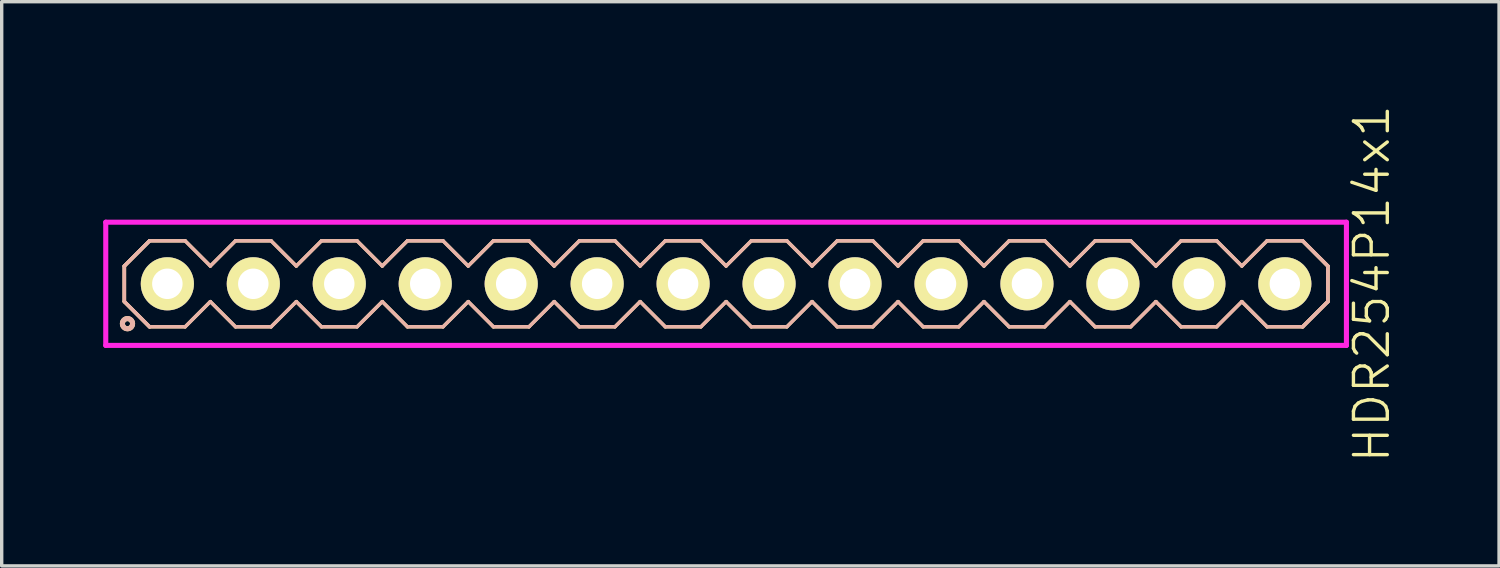
<source format=kicad_pcb>
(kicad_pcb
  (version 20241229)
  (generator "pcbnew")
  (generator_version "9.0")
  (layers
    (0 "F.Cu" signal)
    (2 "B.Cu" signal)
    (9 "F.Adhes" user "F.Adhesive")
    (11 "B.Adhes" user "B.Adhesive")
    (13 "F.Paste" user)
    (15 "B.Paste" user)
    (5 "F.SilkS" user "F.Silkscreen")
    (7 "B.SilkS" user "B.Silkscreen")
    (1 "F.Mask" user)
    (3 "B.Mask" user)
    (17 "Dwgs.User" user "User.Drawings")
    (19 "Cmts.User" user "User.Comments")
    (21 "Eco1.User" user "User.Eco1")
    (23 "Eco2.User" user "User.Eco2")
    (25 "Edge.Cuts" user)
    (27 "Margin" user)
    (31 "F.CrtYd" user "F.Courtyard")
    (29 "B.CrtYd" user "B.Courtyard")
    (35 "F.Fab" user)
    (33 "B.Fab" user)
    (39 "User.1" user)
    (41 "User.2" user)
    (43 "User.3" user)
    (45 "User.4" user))
  (footprint "HDR254P14x1"
    (layer "F.Cu")
    (at 18.405 5.336)
    (property "Reference" "HDR254P14x1" (at 19.08 0 90) (layer "F.SilkS") (effects (font (size 1 1) (thickness 0.1))))
    (attr through_hole)
    (fp_line (start -17.78 -0.526) (end -17.036 -1.27) (stroke (width 0.1) (type solid)) (layer "F.SilkS"))
    (fp_line (start -17.78 -0.526) (end -17.036 -1.27) (stroke (width 0.1) (type solid)) (layer "F.SilkS"))
    (fp_line (start -17.78 0.526) (end -17.78 -0.526) (stroke (width 0.1) (type solid)) (layer "F.SilkS"))
    (fp_line (start -17.78 0.526) (end -17.78 -0.526) (stroke (width 0.1) (type solid)) (layer "F.SilkS"))
    (fp_line (start -17.036 -1.27) (end -15.984 -1.27) (stroke (width 0.1) (type solid)) (layer "F.SilkS"))
    (fp_line (start -17.036 1.27) (end -17.78 0.526) (stroke (width 0.1) (type solid)) (layer "F.SilkS"))
    (fp_line (start -17.036 1.27) (end -17.78 0.526) (stroke (width 0.1) (type solid)) (layer "F.SilkS"))
    (fp_line (start -15.984 -1.27) (end -15.24 -0.526) (stroke (width 0.1) (type solid)) (layer "F.SilkS"))
    (fp_line (start -15.984 1.27) (end -17.036 1.27) (stroke (width 0.1) (type solid)) (layer "F.SilkS"))
    (fp_line (start -15.24 -0.526) (end -14.496 -1.27) (stroke (width 0.1) (type solid)) (layer "F.SilkS"))
    (fp_line (start -15.24 0.526) (end -15.984 1.27) (stroke (width 0.1) (type solid)) (layer "F.SilkS"))
    (fp_line (start -14.496 -1.27) (end -13.444 -1.27) (stroke (width 0.1) (type solid)) (layer "F.SilkS"))
    (fp_line (start -14.496 1.27) (end -15.24 0.526) (stroke (width 0.1) (type solid)) (layer "F.SilkS"))
    (fp_line (start -13.444 -1.27) (end -12.7 -0.526) (stroke (width 0.1) (type solid)) (layer "F.SilkS"))
    (fp_line (start -13.444 1.27) (end -14.496 1.27) (stroke (width 0.1) (type solid)) (layer "F.SilkS"))
    (fp_line (start -12.7 -0.526) (end -11.956 -1.27) (stroke (width 0.1) (type solid)) (layer "F.SilkS"))
    (fp_line (start -12.7 0.526) (end -13.444 1.27) (stroke (width 0.1) (type solid)) (layer "F.SilkS"))
    (fp_line (start -11.956 -1.27) (end -10.904 -1.27) (stroke (width 0.1) (type solid)) (layer "F.SilkS"))
    (fp_line (start -11.956 1.27) (end -12.7 0.526) (stroke (width 0.1) (type solid)) (layer "F.SilkS"))
    (fp_line (start -10.904 -1.27) (end -10.16 -0.526) (stroke (width 0.1) (type solid)) (layer "F.SilkS"))
    (fp_line (start -10.904 1.27) (end -11.956 1.27) (stroke (width 0.1) (type solid)) (layer "F.SilkS"))
    (fp_line (start -10.16 -0.526) (end -9.416 -1.27) (stroke (width 0.1) (type solid)) (layer "F.SilkS"))
    (fp_line (start -10.16 0.526) (end -10.904 1.27) (stroke (width 0.1) (type solid)) (layer "F.SilkS"))
    (fp_line (start -9.416 -1.27) (end -8.364 -1.27) (stroke (width 0.1) (type solid)) (layer "F.SilkS"))
    (fp_line (start -9.416 1.27) (end -10.16 0.526) (stroke (width 0.1) (type solid)) (layer "F.SilkS"))
    (fp_line (start -8.364 -1.27) (end -7.62 -0.526) (stroke (width 0.1) (type solid)) (layer "F.SilkS"))
    (fp_line (start -8.364 1.27) (end -9.416 1.27) (stroke (width 0.1) (type solid)) (layer "F.SilkS"))
    (fp_line (start -7.62 -0.526) (end -6.876 -1.27) (stroke (width 0.1) (type solid)) (layer "F.SilkS"))
    (fp_line (start -7.62 0.526) (end -8.364 1.27) (stroke (width 0.1) (type solid)) (layer "F.SilkS"))
    (fp_line (start -6.876 -1.27) (end -5.824 -1.27) (stroke (width 0.1) (type solid)) (layer "F.SilkS"))
    (fp_line (start -6.876 1.27) (end -7.62 0.526) (stroke (width 0.1) (type solid)) (layer "F.SilkS"))
    (fp_line (start -5.824 -1.27) (end -5.08 -0.526) (stroke (width 0.1) (type solid)) (layer "F.SilkS"))
    (fp_line (start -5.824 1.27) (end -6.876 1.27) (stroke (width 0.1) (type solid)) (layer "F.SilkS"))
    (fp_line (start -5.08 -0.526) (end -4.336 -1.27) (stroke (width 0.1) (type solid)) (layer "F.SilkS"))
    (fp_line (start -5.08 0.526) (end -5.824 1.27) (stroke (width 0.1) (type solid)) (layer "F.SilkS"))
    (fp_line (start -4.336 -1.27) (end -3.284 -1.27) (stroke (width 0.1) (type solid)) (layer "F.SilkS"))
    (fp_line (start -4.336 1.27) (end -5.08 0.526) (stroke (width 0.1) (type solid)) (layer "F.SilkS"))
    (fp_line (start -3.284 -1.27) (end -2.54 -0.526) (stroke (width 0.1) (type solid)) (layer "F.SilkS"))
    (fp_line (start -3.284 1.27) (end -4.336 1.27) (stroke (width 0.1) (type solid)) (layer "F.SilkS"))
    (fp_line (start -2.54 -0.526) (end -1.796 -1.27) (stroke (width 0.1) (type solid)) (layer "F.SilkS"))
    (fp_line (start -2.54 0.526) (end -3.284 1.27) (stroke (width 0.1) (type solid)) (layer "F.SilkS"))
    (fp_line (start -1.796 -1.27) (end -0.744 -1.27) (stroke (width 0.1) (type solid)) (layer "F.SilkS"))
    (fp_line (start -1.796 1.27) (end -2.54 0.526) (stroke (width 0.1) (type solid)) (layer "F.SilkS"))
    (fp_line (start -0.744 -1.27) (end 0 -0.526) (stroke (width 0.1) (type solid)) (layer "F.SilkS"))
    (fp_line (start -0.744 1.27) (end -1.796 1.27) (stroke (width 0.1) (type solid)) (layer "F.SilkS"))
    (fp_line (start 0 -0.526) (end 0.744 -1.27) (stroke (width 0.1) (type solid)) (layer "F.SilkS"))
    (fp_line (start 0 0.526) (end -0.744 1.27) (stroke (width 0.1) (type solid)) (layer "F.SilkS"))
    (fp_line (start 0.744 -1.27) (end 1.796 -1.27) (stroke (width 0.1) (type solid)) (layer "F.SilkS"))
    (fp_line (start 0.744 1.27) (end 0 0.526) (stroke (width 0.1) (type solid)) (layer "F.SilkS"))
    (fp_line (start 1.796 -1.27) (end 2.54 -0.526) (stroke (width 0.1) (type solid)) (layer "F.SilkS"))
    (fp_line (start 1.796 1.27) (end 0.744 1.27) (stroke (width 0.1) (type solid)) (layer "F.SilkS"))
    (fp_line (start 2.54 -0.526) (end 3.284 -1.27) (stroke (width 0.1) (type solid)) (layer "F.SilkS"))
    (fp_line (start 2.54 0.526) (end 1.796 1.27) (stroke (width 0.1) (type solid)) (layer "F.SilkS"))
    (fp_line (start 3.284 -1.27) (end 4.336 -1.27) (stroke (width 0.1) (type solid)) (layer "F.SilkS"))
    (fp_line (start 3.284 1.27) (end 2.54 0.526) (stroke (width 0.1) (type solid)) (layer "F.SilkS"))
    (fp_line (start 4.336 -1.27) (end 5.08 -0.526) (stroke (width 0.1) (type solid)) (layer "F.SilkS"))
    (fp_line (start 4.336 1.27) (end 3.284 1.27) (stroke (width 0.1) (type solid)) (layer "F.SilkS"))
    (fp_line (start 5.08 -0.526) (end 5.824 -1.27) (stroke (width 0.1) (type solid)) (layer "F.SilkS"))
    (fp_line (start 5.08 0.526) (end 4.336 1.27) (stroke (width 0.1) (type solid)) (layer "F.SilkS"))
    (fp_line (start 5.824 -1.27) (end 6.876 -1.27) (stroke (width 0.1) (type solid)) (layer "F.SilkS"))
    (fp_line (start 5.824 1.27) (end 5.08 0.526) (stroke (width 0.1) (type solid)) (layer "F.SilkS"))
    (fp_line (start 6.876 -1.27) (end 7.62 -0.526) (stroke (width 0.1) (type solid)) (layer "F.SilkS"))
    (fp_line (start 6.876 1.27) (end 5.824 1.27) (stroke (width 0.1) (type solid)) (layer "F.SilkS"))
    (fp_line (start 7.62 -0.526) (end 8.364 -1.27) (stroke (width 0.1) (type solid)) (layer "F.SilkS"))
    (fp_line (start 7.62 0.526) (end 6.876 1.27) (stroke (width 0.1) (type solid)) (layer "F.SilkS"))
    (fp_line (start 8.364 -1.27) (end 9.416 -1.27) (stroke (width 0.1) (type solid)) (layer "F.SilkS"))
    (fp_line (start 8.364 1.27) (end 7.62 0.526) (stroke (width 0.1) (type solid)) (layer "F.SilkS"))
    (fp_line (start 9.416 -1.27) (end 10.16 -0.526) (stroke (width 0.1) (type solid)) (layer "F.SilkS"))
    (fp_line (start 9.416 1.27) (end 8.364 1.27) (stroke (width 0.1) (type solid)) (layer "F.SilkS"))
    (fp_line (start 10.16 -0.526) (end 10.904 -1.27) (stroke (width 0.1) (type solid)) (layer "F.SilkS"))
    (fp_line (start 10.16 0.526) (end 9.416 1.27) (stroke (width 0.1) (type solid)) (layer "F.SilkS"))
    (fp_line (start 10.904 -1.27) (end 11.956 -1.27) (stroke (width 0.1) (type solid)) (layer "F.SilkS"))
    (fp_line (start 10.904 1.27) (end 10.16 0.526) (stroke (width 0.1) (type solid)) (layer "F.SilkS"))
    (fp_line (start 11.956 -1.27) (end 12.7 -0.526) (stroke (width 0.1) (type solid)) (layer "F.SilkS"))
    (fp_line (start 11.956 1.27) (end 10.904 1.27) (stroke (width 0.1) (type solid)) (layer "F.SilkS"))
    (fp_line (start 12.7 -0.526) (end 13.444 -1.27) (stroke (width 0.1) (type solid)) (layer "F.SilkS"))
    (fp_line (start 12.7 0.526) (end 11.956 1.27) (stroke (width 0.1) (type solid)) (layer "F.SilkS"))
    (fp_line (start 13.444 -1.27) (end 14.496 -1.27) (stroke (width 0.1) (type solid)) (layer "F.SilkS"))
    (fp_line (start 13.444 1.27) (end 12.7 0.526) (stroke (width 0.1) (type solid)) (layer "F.SilkS"))
    (fp_line (start 14.496 -1.27) (end 15.24 -0.526) (stroke (width 0.1) (type solid)) (layer "F.SilkS"))
    (fp_line (start 14.496 1.27) (end 13.444 1.27) (stroke (width 0.1) (type solid)) (layer "F.SilkS"))
    (fp_line (start 15.24 -0.526) (end 15.984 -1.27) (stroke (width 0.1) (type solid)) (layer "F.SilkS"))
    (fp_line (start 15.24 0.526) (end 14.496 1.27) (stroke (width 0.1) (type solid)) (layer "F.SilkS"))
    (fp_line (start 15.984 -1.27) (end 17.036 -1.27) (stroke (width 0.1) (type solid)) (layer "F.SilkS"))
    (fp_line (start 15.984 1.27) (end 15.24 0.526) (stroke (width 0.1) (type solid)) (layer "F.SilkS"))
    (fp_line (start 17.036 -1.27) (end 17.78 -0.526) (stroke (width 0.1) (type solid)) (layer "F.SilkS"))
    (fp_line (start 17.036 -1.27) (end 17.78 -0.526) (stroke (width 0.1) (type solid)) (layer "F.SilkS"))
    (fp_line (start 17.036 1.27) (end 15.984 1.27) (stroke (width 0.1) (type solid)) (layer "F.SilkS"))
    (fp_line (start 17.78 -0.526) (end 17.78 0.526) (stroke (width 0.1) (type solid)) (layer "F.SilkS"))
    (fp_line (start 17.78 -0.526) (end 17.78 0.526) (stroke (width 0.1) (type solid)) (layer "F.SilkS"))
    (fp_line (start 17.78 0.526) (end 17.036 1.27) (stroke (width 0.1) (type solid)) (layer "F.SilkS"))
    (fp_line (start 17.78 0.526) (end 17.036 1.27) (stroke (width 0.1) (type solid)) (layer "F.SilkS"))
    (fp_circle (center -17.688 1.178) (end -17.538 1.178) (stroke (width 0.15) (type solid)) (fill no) (layer "F.SilkS"))
    (fp_line (start -17.78 -0.526) (end -17.036 -1.27) (stroke (width 0.1) (type solid)) (layer "B.SilkS"))
    (fp_line (start -17.78 -0.526) (end -17.036 -1.27) (stroke (width 0.1) (type solid)) (layer "B.SilkS"))
    (fp_line (start -17.78 0.526) (end -17.78 -0.526) (stroke (width 0.1) (type solid)) (layer "B.SilkS"))
    (fp_line (start -17.78 0.526) (end -17.78 -0.526) (stroke (width 0.1) (type solid)) (layer "B.SilkS"))
    (fp_line (start -17.036 -1.27) (end -15.984 -1.27) (stroke (width 0.1) (type solid)) (layer "B.SilkS"))
    (fp_line (start -17.036 1.27) (end -17.78 0.526) (stroke (width 0.1) (type solid)) (layer "B.SilkS"))
    (fp_line (start -17.036 1.27) (end -17.78 0.526) (stroke (width 0.1) (type solid)) (layer "B.SilkS"))
    (fp_line (start -15.984 -1.27) (end -15.24 -0.526) (stroke (width 0.1) (type solid)) (layer "B.SilkS"))
    (fp_line (start -15.984 1.27) (end -17.036 1.27) (stroke (width 0.1) (type solid)) (layer "B.SilkS"))
    (fp_line (start -15.24 -0.526) (end -14.496 -1.27) (stroke (width 0.1) (type solid)) (layer "B.SilkS"))
    (fp_line (start -15.24 0.526) (end -15.984 1.27) (stroke (width 0.1) (type solid)) (layer "B.SilkS"))
    (fp_line (start -14.496 -1.27) (end -13.444 -1.27) (stroke (width 0.1) (type solid)) (layer "B.SilkS"))
    (fp_line (start -14.496 1.27) (end -15.24 0.526) (stroke (width 0.1) (type solid)) (layer "B.SilkS"))
    (fp_line (start -13.444 -1.27) (end -12.7 -0.526) (stroke (width 0.1) (type solid)) (layer "B.SilkS"))
    (fp_line (start -13.444 1.27) (end -14.496 1.27) (stroke (width 0.1) (type solid)) (layer "B.SilkS"))
    (fp_line (start -12.7 -0.526) (end -11.956 -1.27) (stroke (width 0.1) (type solid)) (layer "B.SilkS"))
    (fp_line (start -12.7 0.526) (end -13.444 1.27) (stroke (width 0.1) (type solid)) (layer "B.SilkS"))
    (fp_line (start -11.956 -1.27) (end -10.904 -1.27) (stroke (width 0.1) (type solid)) (layer "B.SilkS"))
    (fp_line (start -11.956 1.27) (end -12.7 0.526) (stroke (width 0.1) (type solid)) (layer "B.SilkS"))
    (fp_line (start -10.904 -1.27) (end -10.16 -0.526) (stroke (width 0.1) (type solid)) (layer "B.SilkS"))
    (fp_line (start -10.904 1.27) (end -11.956 1.27) (stroke (width 0.1) (type solid)) (layer "B.SilkS"))
    (fp_line (start -10.16 -0.526) (end -9.416 -1.27) (stroke (width 0.1) (type solid)) (layer "B.SilkS"))
    (fp_line (start -10.16 0.526) (end -10.904 1.27) (stroke (width 0.1) (type solid)) (layer "B.SilkS"))
    (fp_line (start -9.416 -1.27) (end -8.364 -1.27) (stroke (width 0.1) (type solid)) (layer "B.SilkS"))
    (fp_line (start -9.416 1.27) (end -10.16 0.526) (stroke (width 0.1) (type solid)) (layer "B.SilkS"))
    (fp_line (start -8.364 -1.27) (end -7.62 -0.526) (stroke (width 0.1) (type solid)) (layer "B.SilkS"))
    (fp_line (start -8.364 1.27) (end -9.416 1.27) (stroke (width 0.1) (type solid)) (layer "B.SilkS"))
    (fp_line (start -7.62 -0.526) (end -6.876 -1.27) (stroke (width 0.1) (type solid)) (layer "B.SilkS"))
    (fp_line (start -7.62 0.526) (end -8.364 1.27) (stroke (width 0.1) (type solid)) (layer "B.SilkS"))
    (fp_line (start -6.876 -1.27) (end -5.824 -1.27) (stroke (width 0.1) (type solid)) (layer "B.SilkS"))
    (fp_line (start -6.876 1.27) (end -7.62 0.526) (stroke (width 0.1) (type solid)) (layer "B.SilkS"))
    (fp_line (start -5.824 -1.27) (end -5.08 -0.526) (stroke (width 0.1) (type solid)) (layer "B.SilkS"))
    (fp_line (start -5.824 1.27) (end -6.876 1.27) (stroke (width 0.1) (type solid)) (layer "B.SilkS"))
    (fp_line (start -5.08 -0.526) (end -4.336 -1.27) (stroke (width 0.1) (type solid)) (layer "B.SilkS"))
    (fp_line (start -5.08 0.526) (end -5.824 1.27) (stroke (width 0.1) (type solid)) (layer "B.SilkS"))
    (fp_line (start -4.336 -1.27) (end -3.284 -1.27) (stroke (width 0.1) (type solid)) (layer "B.SilkS"))
    (fp_line (start -4.336 1.27) (end -5.08 0.526) (stroke (width 0.1) (type solid)) (layer "B.SilkS"))
    (fp_line (start -3.284 -1.27) (end -2.54 -0.526) (stroke (width 0.1) (type solid)) (layer "B.SilkS"))
    (fp_line (start -3.284 1.27) (end -4.336 1.27) (stroke (width 0.1) (type solid)) (layer "B.SilkS"))
    (fp_line (start -2.54 -0.526) (end -1.796 -1.27) (stroke (width 0.1) (type solid)) (layer "B.SilkS"))
    (fp_line (start -2.54 0.526) (end -3.284 1.27) (stroke (width 0.1) (type solid)) (layer "B.SilkS"))
    (fp_line (start -1.796 -1.27) (end -0.744 -1.27) (stroke (width 0.1) (type solid)) (layer "B.SilkS"))
    (fp_line (start -1.796 1.27) (end -2.54 0.526) (stroke (width 0.1) (type solid)) (layer "B.SilkS"))
    (fp_line (start -0.744 -1.27) (end 0 -0.526) (stroke (width 0.1) (type solid)) (layer "B.SilkS"))
    (fp_line (start -0.744 1.27) (end -1.796 1.27) (stroke (width 0.1) (type solid)) (layer "B.SilkS"))
    (fp_line (start 0 -0.526) (end 0.744 -1.27) (stroke (width 0.1) (type solid)) (layer "B.SilkS"))
    (fp_line (start 0 0.526) (end -0.744 1.27) (stroke (width 0.1) (type solid)) (layer "B.SilkS"))
    (fp_line (start 0.744 -1.27) (end 1.796 -1.27) (stroke (width 0.1) (type solid)) (layer "B.SilkS"))
    (fp_line (start 0.744 1.27) (end 0 0.526) (stroke (width 0.1) (type solid)) (layer "B.SilkS"))
    (fp_line (start 1.796 -1.27) (end 2.54 -0.526) (stroke (width 0.1) (type solid)) (layer "B.SilkS"))
    (fp_line (start 1.796 1.27) (end 0.744 1.27) (stroke (width 0.1) (type solid)) (layer "B.SilkS"))
    (fp_line (start 2.54 -0.526) (end 3.284 -1.27) (stroke (width 0.1) (type solid)) (layer "B.SilkS"))
    (fp_line (start 2.54 0.526) (end 1.796 1.27) (stroke (width 0.1) (type solid)) (layer "B.SilkS"))
    (fp_line (start 3.284 -1.27) (end 4.336 -1.27) (stroke (width 0.1) (type solid)) (layer "B.SilkS"))
    (fp_line (start 3.284 1.27) (end 2.54 0.526) (stroke (width 0.1) (type solid)) (layer "B.SilkS"))
    (fp_line (start 4.336 -1.27) (end 5.08 -0.526) (stroke (width 0.1) (type solid)) (layer "B.SilkS"))
    (fp_line (start 4.336 1.27) (end 3.284 1.27) (stroke (width 0.1) (type solid)) (layer "B.SilkS"))
    (fp_line (start 5.08 -0.526) (end 5.824 -1.27) (stroke (width 0.1) (type solid)) (layer "B.SilkS"))
    (fp_line (start 5.08 0.526) (end 4.336 1.27) (stroke (width 0.1) (type solid)) (layer "B.SilkS"))
    (fp_line (start 5.824 -1.27) (end 6.876 -1.27) (stroke (width 0.1) (type solid)) (layer "B.SilkS"))
    (fp_line (start 5.824 1.27) (end 5.08 0.526) (stroke (width 0.1) (type solid)) (layer "B.SilkS"))
    (fp_line (start 6.876 -1.27) (end 7.62 -0.526) (stroke (width 0.1) (type solid)) (layer "B.SilkS"))
    (fp_line (start 6.876 1.27) (end 5.824 1.27) (stroke (width 0.1) (type solid)) (layer "B.SilkS"))
    (fp_line (start 7.62 -0.526) (end 8.364 -1.27) (stroke (width 0.1) (type solid)) (layer "B.SilkS"))
    (fp_line (start 7.62 0.526) (end 6.876 1.27) (stroke (width 0.1) (type solid)) (layer "B.SilkS"))
    (fp_line (start 8.364 -1.27) (end 9.416 -1.27) (stroke (width 0.1) (type solid)) (layer "B.SilkS"))
    (fp_line (start 8.364 1.27) (end 7.62 0.526) (stroke (width 0.1) (type solid)) (layer "B.SilkS"))
    (fp_line (start 9.416 -1.27) (end 10.16 -0.526) (stroke (width 0.1) (type solid)) (layer "B.SilkS"))
    (fp_line (start 9.416 1.27) (end 8.364 1.27) (stroke (width 0.1) (type solid)) (layer "B.SilkS"))
    (fp_line (start 10.16 -0.526) (end 10.904 -1.27) (stroke (width 0.1) (type solid)) (layer "B.SilkS"))
    (fp_line (start 10.16 0.526) (end 9.416 1.27) (stroke (width 0.1) (type solid)) (layer "B.SilkS"))
    (fp_line (start 10.904 -1.27) (end 11.956 -1.27) (stroke (width 0.1) (type solid)) (layer "B.SilkS"))
    (fp_line (start 10.904 1.27) (end 10.16 0.526) (stroke (width 0.1) (type solid)) (layer "B.SilkS"))
    (fp_line (start 11.956 -1.27) (end 12.7 -0.526) (stroke (width 0.1) (type solid)) (layer "B.SilkS"))
    (fp_line (start 11.956 1.27) (end 10.904 1.27) (stroke (width 0.1) (type solid)) (layer "B.SilkS"))
    (fp_line (start 12.7 -0.526) (end 13.444 -1.27) (stroke (width 0.1) (type solid)) (layer "B.SilkS"))
    (fp_line (start 12.7 0.526) (end 11.956 1.27) (stroke (width 0.1) (type solid)) (layer "B.SilkS"))
    (fp_line (start 13.444 -1.27) (end 14.496 -1.27) (stroke (width 0.1) (type solid)) (layer "B.SilkS"))
    (fp_line (start 13.444 1.27) (end 12.7 0.526) (stroke (width 0.1) (type solid)) (layer "B.SilkS"))
    (fp_line (start 14.496 -1.27) (end 15.24 -0.526) (stroke (width 0.1) (type solid)) (layer "B.SilkS"))
    (fp_line (start 14.496 1.27) (end 13.444 1.27) (stroke (width 0.1) (type solid)) (layer "B.SilkS"))
    (fp_line (start 15.24 -0.526) (end 15.984 -1.27) (stroke (width 0.1) (type solid)) (layer "B.SilkS"))
    (fp_line (start 15.24 0.526) (end 14.496 1.27) (stroke (width 0.1) (type solid)) (layer "B.SilkS"))
    (fp_line (start 15.984 -1.27) (end 17.036 -1.27) (stroke (width 0.1) (type solid)) (layer "B.SilkS"))
    (fp_line (start 15.984 1.27) (end 15.24 0.526) (stroke (width 0.1) (type solid)) (layer "B.SilkS"))
    (fp_line (start 17.036 -1.27) (end 17.78 -0.526) (stroke (width 0.1) (type solid)) (layer "B.SilkS"))
    (fp_line (start 17.036 -1.27) (end 17.78 -0.526) (stroke (width 0.1) (type solid)) (layer "B.SilkS"))
    (fp_line (start 17.036 1.27) (end 15.984 1.27) (stroke (width 0.1) (type solid)) (layer "B.SilkS"))
    (fp_line (start 17.78 -0.526) (end 17.78 0.526) (stroke (width 0.1) (type solid)) (layer "B.SilkS"))
    (fp_line (start 17.78 -0.526) (end 17.78 0.526) (stroke (width 0.1) (type solid)) (layer "B.SilkS"))
    (fp_line (start 17.78 0.526) (end 17.036 1.27) (stroke (width 0.1) (type solid)) (layer "B.SilkS"))
    (fp_line (start 17.78 0.526) (end 17.036 1.27) (stroke (width 0.1) (type solid)) (layer "B.SilkS"))
    (fp_circle (center -17.688 1.178) (end -17.538 1.178) (stroke (width 0.15) (type solid)) (fill no) (layer "B.SilkS"))
    (fp_line (start -18.33 -1.82) (end -18.33 1.82) (stroke (width 0.15) (type solid)) (layer "F.CrtYd"))
    (fp_line (start -18.33 1.82) (end 18.33 1.82) (stroke (width 0.15) (type solid)) (layer "F.CrtYd"))
    (fp_line (start 18.33 -1.82) (end -18.33 -1.82) (stroke (width 0.15) (type solid)) (layer "F.CrtYd"))
    (fp_line (start 18.33 1.82) (end 18.33 -1.82) (stroke (width 0.15) (type solid)) (layer "F.CrtYd"))
    (pad "1" thru_hole oval (at -16.51 0) (size 1.57 1.57) (drill 0.9) (layers "*.Cu" "*.Mask" "F.SilkS"))
    (pad "2" thru_hole oval (at -13.97 0) (size 1.57 1.57) (drill 0.9) (layers "*.Cu" "*.Mask" "F.SilkS"))
    (pad "3" thru_hole oval (at -11.43 0) (size 1.57 1.57) (drill 0.9) (layers "*.Cu" "*.Mask" "F.SilkS"))
    (pad "4" thru_hole oval (at -8.89 0) (size 1.57 1.57) (drill 0.9) (layers "*.Cu" "*.Mask" "F.SilkS"))
    (pad "5" thru_hole oval (at -6.35 0) (size 1.57 1.57) (drill 0.9) (layers "*.Cu" "*.Mask" "F.SilkS"))
    (pad "6" thru_hole oval (at -3.81 0) (size 1.57 1.57) (drill 0.9) (layers "*.Cu" "*.Mask" "F.SilkS"))
    (pad "7" thru_hole oval (at -1.27 0) (size 1.57 1.57) (drill 0.9) (layers "*.Cu" "*.Mask" "F.SilkS"))
    (pad "8" thru_hole oval (at 1.27 0) (size 1.57 1.57) (drill 0.9) (layers "*.Cu" "*.Mask" "F.SilkS"))
    (pad "9" thru_hole oval (at 3.81 0) (size 1.57 1.57) (drill 0.9) (layers "*.Cu" "*.Mask" "F.SilkS"))
    (pad "10" thru_hole oval (at 6.35 0) (size 1.57 1.57) (drill 0.9) (layers "*.Cu" "*.Mask" "F.SilkS"))
    (pad "11" thru_hole oval (at 8.89 0) (size 1.57 1.57) (drill 0.9) (layers "*.Cu" "*.Mask" "F.SilkS"))
    (pad "12" thru_hole oval (at 11.43 0) (size 1.57 1.57) (drill 0.9) (layers "*.Cu" "*.Mask" "F.SilkS"))
    (pad "13" thru_hole oval (at 13.97 0) (size 1.57 1.57) (drill 0.9) (layers "*.Cu" "*.Mask" "F.SilkS"))
    (pad "14" thru_hole oval (at 16.51 0) (size 1.57 1.57) (drill 0.9) (layers "*.Cu" "*.Mask" "F.SilkS")))
  (gr_rect
    (start -3 -3)
    (end 41.245 13.671)
    (stroke (width 0.1) (type default))
    (fill no)
    (layer "Edge.Cuts")))
</source>
